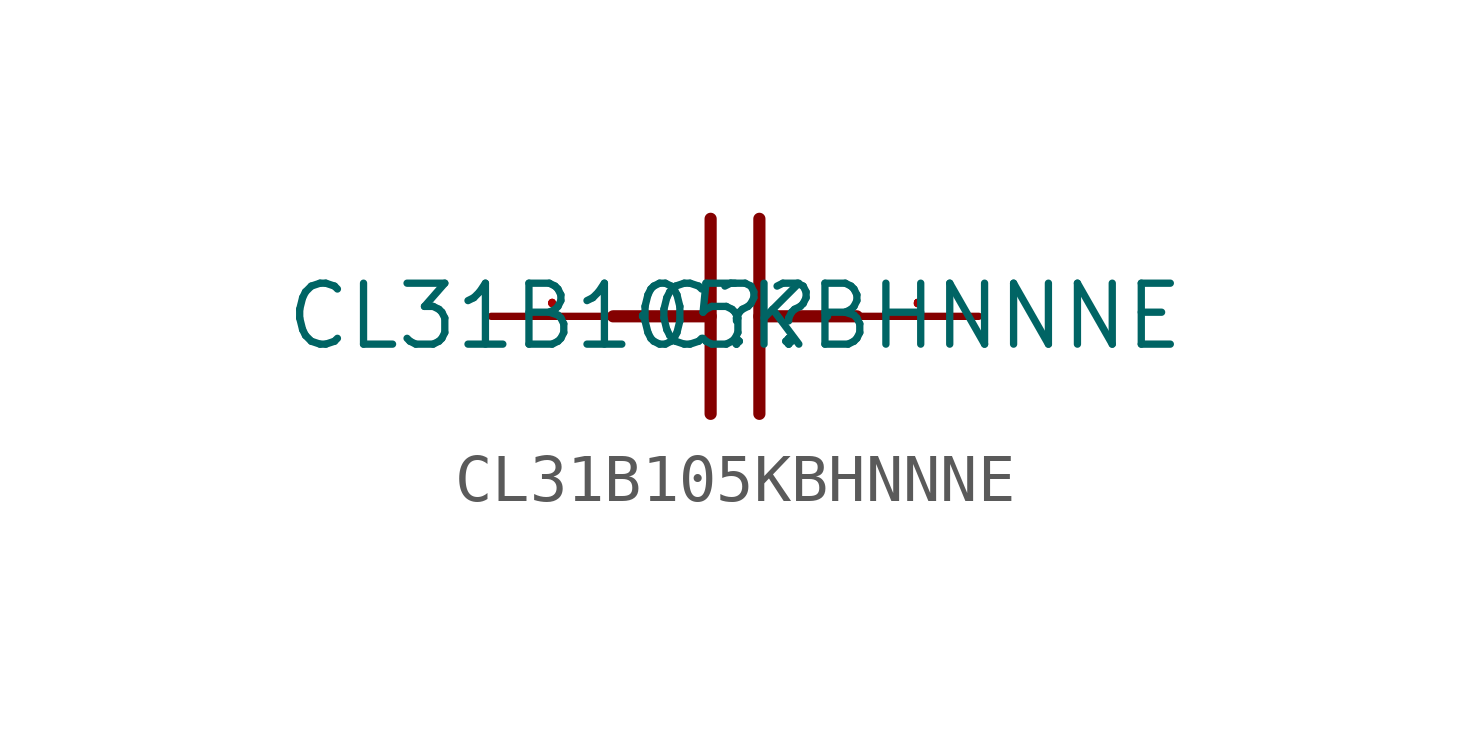
<source format=kicad_sym>
(kicad_symbol_lib
  (version 20241209)
  (generator "kicad_symbol_editor")
  (generator_version "9.0")
  (symbol "CL31B105KBHNNNE"
    (property "Reference" "C?"
      (at 0 0 0)
      (effects (font (size 1.27 1.27))))
    (property "Value" "CL31B105KBHNNNE"
      (at 0 0 0)
      (effects (font (size 1.27 1.27))))
    (symbol "CL31B105KBHNNNE_0_0"
      (polyline (pts (xy -0.508 0) (xy -2.54 0)) (stroke (width 0.254) (type solid)) (fill (type none)))
      (polyline (pts (xy -0.508 -2.032) (xy -0.508 2.032)) (stroke (width 0.254) (type solid)) (fill (type none)))
      (polyline (pts (xy 0.508 2.032) (xy 0.508 -2.032)) (stroke (width 0.254) (type solid)) (fill (type none)))
      (polyline (pts (xy 2.54 0) (xy 0.508 0)) (stroke (width 0.254) (type solid)) (fill (type none)))
      (pin unspecified line (at -5.08 0 0) (length 2.54) (name "1" (effects (font (size 0.025 0.025)))) (number "1" (effects (font (size 0.025 0.025)))))
      (pin unspecified line (at 5.08 0 180) (length 2.54) (name "2" (effects (font (size 0.025 0.025)))) (number "2" (effects (font (size 0.025 0.025))))))))
</source>
